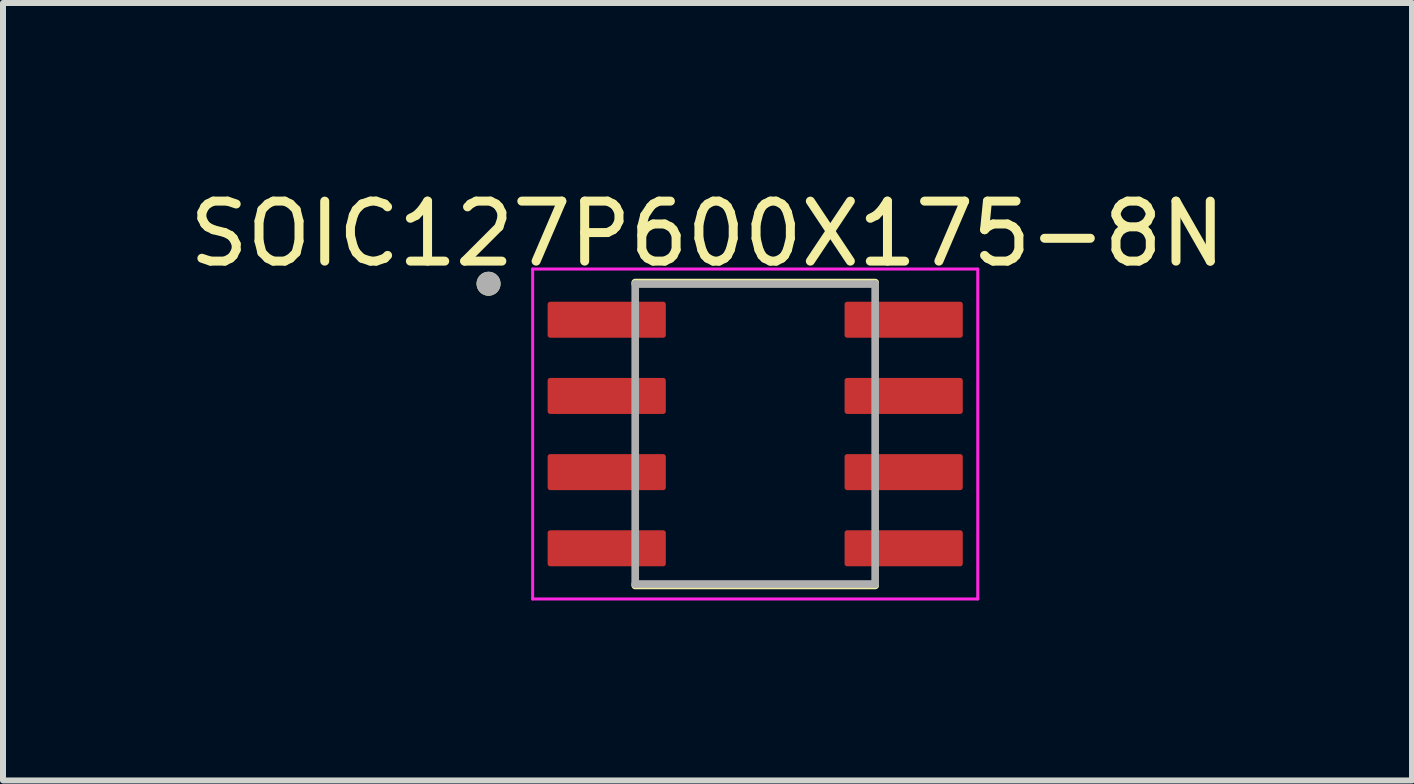
<source format=kicad_pcb>
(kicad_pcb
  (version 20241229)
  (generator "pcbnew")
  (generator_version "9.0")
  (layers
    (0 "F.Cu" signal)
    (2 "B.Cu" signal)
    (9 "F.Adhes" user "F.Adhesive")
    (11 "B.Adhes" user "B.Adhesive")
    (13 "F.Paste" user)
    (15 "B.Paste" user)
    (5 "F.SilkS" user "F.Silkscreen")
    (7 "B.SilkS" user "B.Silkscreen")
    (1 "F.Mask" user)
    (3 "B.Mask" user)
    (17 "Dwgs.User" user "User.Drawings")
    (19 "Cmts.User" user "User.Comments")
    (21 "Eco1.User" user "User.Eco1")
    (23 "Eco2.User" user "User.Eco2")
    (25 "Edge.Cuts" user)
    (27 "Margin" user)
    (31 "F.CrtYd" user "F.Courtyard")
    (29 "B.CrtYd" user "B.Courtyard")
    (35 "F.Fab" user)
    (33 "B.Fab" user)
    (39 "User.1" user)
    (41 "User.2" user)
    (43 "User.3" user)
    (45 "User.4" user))
  (footprint "SOIC127P600X175-8N"
    (layer "F.Cu")
    (at 9.539 4.185)
    (property "Reference" "SOIC127P600X175-8N" (at -0.795 -3.337 0) (layer "F.SilkS") (effects (font (size 1 1) (thickness 0.15))))
    (attr smd)
    (fp_line (start -2 -2.525) (end 2 -2.525) (stroke (width 0.127) (type solid)) (layer "F.SilkS"))
    (fp_line (start -2 2.525) (end 2 2.525) (stroke (width 0.127) (type solid)) (layer "F.SilkS"))
    (fp_circle (center -4.445 -2.505) (end -4.345 -2.505) (stroke (width 0.2) (type solid)) (fill no) (layer "F.SilkS"))
    (fp_line (start -3.71 -2.75) (end -3.71 2.75) (stroke (width 0.05) (type solid)) (layer "F.CrtYd"))
    (fp_line (start -3.71 -2.75) (end 3.71 -2.75) (stroke (width 0.05) (type solid)) (layer "F.CrtYd"))
    (fp_line (start -3.71 2.75) (end 3.71 2.75) (stroke (width 0.05) (type solid)) (layer "F.CrtYd"))
    (fp_line (start 3.71 -2.75) (end 3.71 2.75) (stroke (width 0.05) (type solid)) (layer "F.CrtYd"))
    (fp_line (start -2 -2.5) (end -2 2.5) (stroke (width 0.127) (type solid)) (layer "F.Fab"))
    (fp_line (start -2 -2.5) (end 2 -2.5) (stroke (width 0.127) (type solid)) (layer "F.Fab"))
    (fp_line (start -2 2.5) (end 2 2.5) (stroke (width 0.127) (type solid)) (layer "F.Fab"))
    (fp_line (start 2 -2.5) (end 2 2.5) (stroke (width 0.127) (type solid)) (layer "F.Fab"))
    (fp_circle (center -4.445 -2.505) (end -4.345 -2.505) (stroke (width 0.2) (type solid)) (fill no) (layer "F.Fab"))
    (pad "1" smd roundrect (at -2.475 -1.905) (size 1.97 0.6) (layers "F.Cu" "F.Mask" "F.Paste") (roundrect_rratio 0.07))
    (pad "2" smd roundrect (at -2.475 -0.635) (size 1.97 0.6) (layers "F.Cu" "F.Mask" "F.Paste") (roundrect_rratio 0.07))
    (pad "3" smd roundrect (at -2.475 0.635) (size 1.97 0.6) (layers "F.Cu" "F.Mask" "F.Paste") (roundrect_rratio 0.07))
    (pad "4" smd roundrect (at -2.475 1.905) (size 1.97 0.6) (layers "F.Cu" "F.Mask" "F.Paste") (roundrect_rratio 0.07))
    (pad "5" smd roundrect (at 2.475 1.905) (size 1.97 0.6) (layers "F.Cu" "F.Mask" "F.Paste") (roundrect_rratio 0.07))
    (pad "6" smd roundrect (at 2.475 0.635) (size 1.97 0.6) (layers "F.Cu" "F.Mask" "F.Paste") (roundrect_rratio 0.07))
    (pad "7" smd roundrect (at 2.475 -0.635) (size 1.97 0.6) (layers "F.Cu" "F.Mask" "F.Paste") (roundrect_rratio 0.07))
    (pad "8" smd roundrect (at 2.475 -1.905) (size 1.97 0.6) (layers "F.Cu" "F.Mask" "F.Paste") (roundrect_rratio 0.07)))
  (gr_rect
    (start -3 -3)
    (end 20.488 9.96)
    (stroke (width 0.1) (type default))
    (fill no)
    (layer "Edge.Cuts")))
</source>
